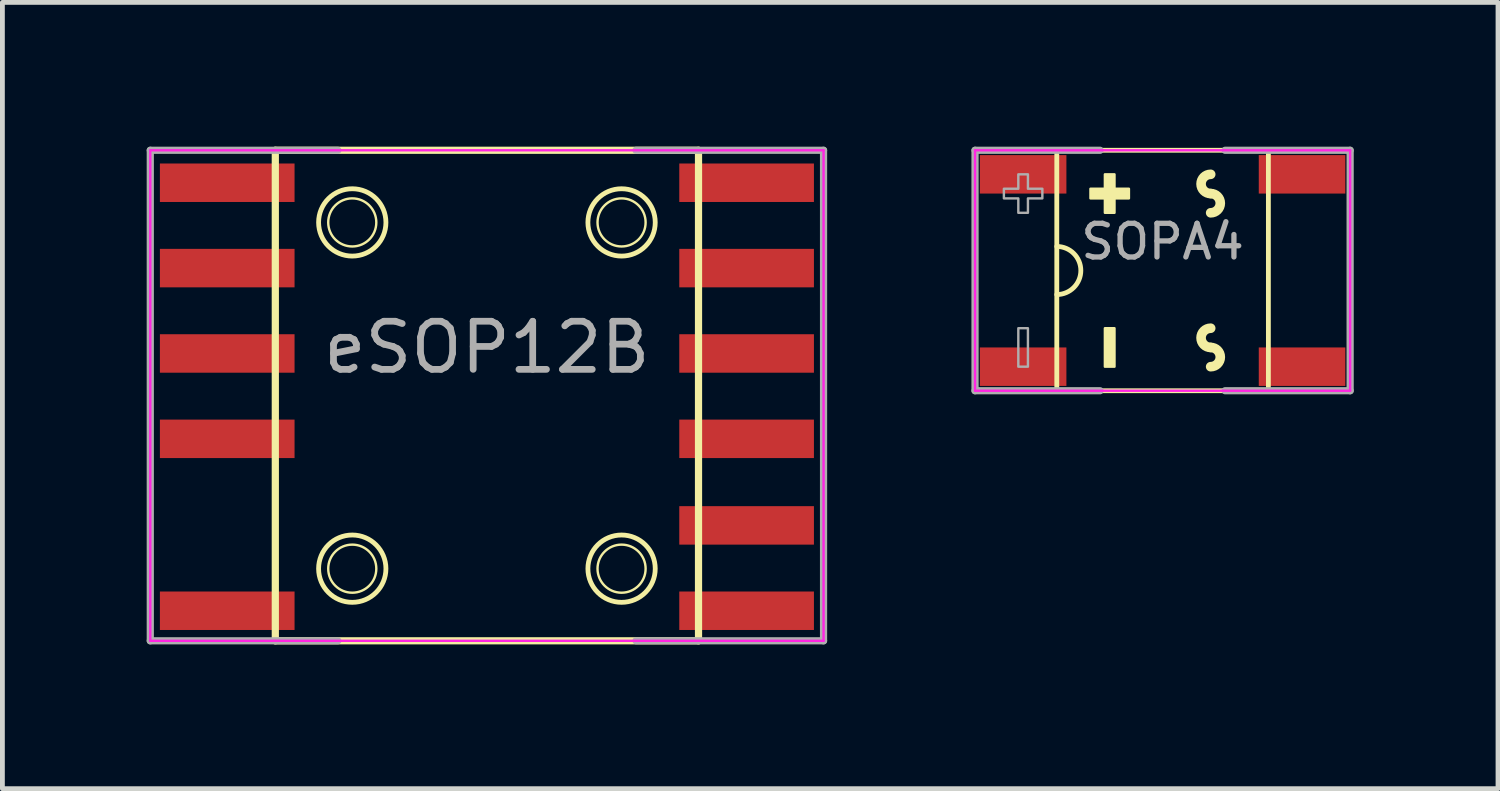
<source format=kicad_pcb>
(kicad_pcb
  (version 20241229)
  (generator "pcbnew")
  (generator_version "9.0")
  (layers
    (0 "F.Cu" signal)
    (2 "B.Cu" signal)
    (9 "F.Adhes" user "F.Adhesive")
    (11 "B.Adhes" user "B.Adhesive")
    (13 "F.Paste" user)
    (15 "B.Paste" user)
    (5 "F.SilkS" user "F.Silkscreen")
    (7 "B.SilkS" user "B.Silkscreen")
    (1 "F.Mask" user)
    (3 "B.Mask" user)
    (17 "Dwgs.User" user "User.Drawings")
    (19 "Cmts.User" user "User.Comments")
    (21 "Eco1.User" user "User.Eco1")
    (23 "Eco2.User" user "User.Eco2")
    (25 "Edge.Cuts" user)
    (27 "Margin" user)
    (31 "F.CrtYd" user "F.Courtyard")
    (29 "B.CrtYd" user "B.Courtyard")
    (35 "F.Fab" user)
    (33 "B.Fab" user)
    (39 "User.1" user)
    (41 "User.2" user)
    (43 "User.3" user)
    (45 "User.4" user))
  (footprint "eSOP12B"
    (layer "F.Cu")
    (at 7.075 5.175)
    (property "Reference" "eSOP12B" (at 0 -1 180) (layer "F.Fab") (effects (font (size 1 1) (thickness 0.14))))
    (attr smd)
    (fp_line (start -4.4 5.1) (end -4.4 -5.1) (stroke (width 0.15) (type solid)) (layer "F.SilkS"))
    (fp_line (start 4.4 -5.1) (end -4.4 -5.1) (stroke (width 0.15) (type solid)) (layer "F.SilkS"))
    (fp_line (start 4.4 5.1) (end -4.4 5.1) (stroke (width 0.15) (type solid)) (layer "F.SilkS"))
    (fp_line (start 4.4 5.1) (end 4.4 -5.1) (stroke (width 0.15) (type solid)) (layer "F.SilkS"))
    (fp_circle (center -2.8 -3.6) (end -2.3 -3.6) (stroke (width 0.05) (type default)) (fill no) (layer "F.SilkS"))
    (fp_circle (center -2.8 -3.6) (end -2.1 -3.6) (stroke (width 0.1) (type default)) (fill no) (layer "F.SilkS"))
    (fp_circle (center -2.8 3.6) (end -2.3 3.6) (stroke (width 0.05) (type default)) (fill no) (layer "F.SilkS"))
    (fp_circle (center -2.8 3.6) (end -2.1 3.6) (stroke (width 0.1) (type default)) (fill no) (layer "F.SilkS"))
    (fp_circle (center 2.8 -3.6) (end 3.3 -3.6) (stroke (width 0.05) (type default)) (fill no) (layer "F.SilkS"))
    (fp_circle (center 2.8 -3.6) (end 3.5 -3.6) (stroke (width 0.1) (type default)) (fill no) (layer "F.SilkS"))
    (fp_circle (center 2.8 3.6) (end 3.3 3.6) (stroke (width 0.05) (type default)) (fill no) (layer "F.SilkS"))
    (fp_circle (center 2.8 3.6) (end 3.5 3.6) (stroke (width 0.1) (type default)) (fill no) (layer "F.SilkS"))
    (fp_line (start -7 -5.1) (end -7 5.1) (stroke (width 0.05) (type solid)) (layer "F.CrtYd"))
    (fp_line (start 7 -5.1) (end -7 -5.1) (stroke (width 0.05) (type solid)) (layer "F.CrtYd"))
    (fp_line (start 7 -5.1) (end 7 5.1) (stroke (width 0.05) (type solid)) (layer "F.CrtYd"))
    (fp_line (start 7 5.1) (end -7 5.1) (stroke (width 0.05) (type solid)) (layer "F.CrtYd"))
    (fp_line (start -7 -5.1) (end -3.1 -5.1) (stroke (width 0.15) (type solid)) (layer "F.Fab"))
    (fp_line (start -7 5.1) (end -7 -5.1) (stroke (width 0.15) (type solid)) (layer "F.Fab"))
    (fp_line (start -7 5.1) (end -3.1 5.1) (stroke (width 0.15) (type solid)) (layer "F.Fab"))
    (fp_line (start 3.1 -5.1) (end 7 -5.1) (stroke (width 0.15) (type solid)) (layer "F.Fab"))
    (fp_line (start 3.1 5.1) (end 7 5.1) (stroke (width 0.15) (type solid)) (layer "F.Fab"))
    (fp_line (start 7 5.1) (end 7 -5.1) (stroke (width 0.15) (type solid)) (layer "F.Fab"))
    (pad "1" smd rect (at -5.4 -4.425) (size 2.8 0.8) (layers "F.Cu" "F.Mask" "F.Paste"))
    (pad "2" smd rect (at -5.4 -2.65) (size 2.8 0.8) (layers "F.Cu" "F.Mask" "F.Paste"))
    (pad "3" smd rect (at -5.4 -0.875) (size 2.8 0.8) (layers "F.Cu" "F.Mask" "F.Paste"))
    (pad "4" smd rect (at -5.4 0.9) (size 2.8 0.8) (layers "F.Cu" "F.Mask" "F.Paste"))
    (pad "6" smd rect (at -5.4 4.475) (size 2.8 0.8) (layers "F.Cu" "F.Mask" "F.Paste"))
    (pad "7" smd rect (at 5.4 4.475) (size 2.8 0.8) (layers "F.Cu" "F.Mask" "F.Paste"))
    (pad "8" smd rect (at 5.4 2.7) (size 2.8 0.8) (layers "F.Cu" "F.Mask" "F.Paste"))
    (pad "9" smd rect (at 5.4 0.9) (size 2.8 0.8) (layers "F.Cu" "F.Mask" "F.Paste"))
    (pad "10" smd rect (at 5.4 -0.875) (size 2.8 0.8) (layers "F.Cu" "F.Mask" "F.Paste"))
    (pad "11" smd rect (at 5.4 -2.65) (size 2.8 0.8) (layers "F.Cu" "F.Mask" "F.Paste"))
    (pad "12" smd rect (at 5.4 -4.425) (size 2.8 0.8) (layers "F.Cu" "F.Mask" "F.Paste")))
  (footprint "SOPA4"
    (layer "F.Cu")
    (at 21.125 2.575)
    (property "Reference" "SOPA4" (at 0 -0.6 180) (layer "F.Fab") (effects (font (size 0.7 0.7) (thickness 0.11))))
    (attr smd)
    (fp_line (start -2.2 -2.5) (end 2.2 -2.5) (stroke (width 0.1) (type solid)) (layer "F.SilkS"))
    (fp_line (start -2.2 2.5) (end -2.2 -2.5) (stroke (width 0.1) (type solid)) (layer "F.SilkS"))
    (fp_line (start -2.2 2.5) (end 2.2 2.5) (stroke (width 0.1) (type solid)) (layer "F.SilkS"))
    (fp_line (start 2.2 2.5) (end 2.2 -2.5) (stroke (width 0.1) (type solid)) (layer "F.SilkS"))
    (fp_arc (start -2.2 -0.5) (mid -1.7 0) (end -2.2 0.5) (stroke (width 0.1) (type solid)) (layer "F.SilkS"))
    (fp_arc (start 1 -1.6) (mid 0.8 -1.8) (end 1 -2) (stroke (width 0.2) (type default)) (layer "F.SilkS"))
    (fp_arc (start 1 -1.6) (mid 1.2 -1.4) (end 1 -1.2) (stroke (width 0.2) (type default)) (layer "F.SilkS"))
    (fp_arc (start 1 1.6) (mid 0.8 1.4) (end 1 1.2) (stroke (width 0.2) (type default)) (layer "F.SilkS"))
    (fp_arc (start 1 1.6) (mid 1.2 1.8) (end 1 2) (stroke (width 0.2) (type default)) (layer "F.SilkS"))
    (fp_poly (pts (xy -1.2 1.2) (xy -1 1.2) (xy -1 2) (xy -1.2 2)) (stroke (width 0.05) (type solid)) (fill yes) (layer "F.SilkS"))
    (fp_poly (pts (xy -1 -1.7) (xy -0.7 -1.7) (xy -0.7 -1.5) (xy -1 -1.5) (xy -1 -1.2) (xy -1.2 -1.2) (xy -1.2 -1.5) (xy -1.5 -1.5) (xy -1.5 -1.7) (xy -1.2 -1.7) (xy -1.2 -2) (xy -1 -2)) (stroke (width 0.05) (type solid)) (fill yes) (layer "F.SilkS"))
    (fp_line (start -3.9 -2.5) (end -3.9 2.5) (stroke (width 0.05) (type solid)) (layer "F.CrtYd"))
    (fp_line (start -3.9 -2.5) (end 3.9 -2.5) (stroke (width 0.05) (type solid)) (layer "F.CrtYd"))
    (fp_line (start -3.9 2.5) (end 3.9 2.5) (stroke (width 0.05) (type solid)) (layer "F.CrtYd"))
    (fp_line (start 3.9 -2.5) (end 3.9 2.5) (stroke (width 0.05) (type solid)) (layer "F.CrtYd"))
    (fp_line (start -3.9 -2.5) (end -1.3 -2.5) (stroke (width 0.15) (type solid)) (layer "F.Fab"))
    (fp_line (start -3.9 2.5) (end -3.9 -2.5) (stroke (width 0.15) (type solid)) (layer "F.Fab"))
    (fp_line (start -3.9 2.5) (end -1.3 2.5) (stroke (width 0.15) (type solid)) (layer "F.Fab"))
    (fp_line (start 1.3 -2.5) (end 3.9 -2.5) (stroke (width 0.15) (type solid)) (layer "F.Fab"))
    (fp_line (start 1.3 2.5) (end 3.9 2.5) (stroke (width 0.15) (type solid)) (layer "F.Fab"))
    (fp_line (start 3.9 2.5) (end 3.9 -2.5) (stroke (width 0.15) (type solid)) (layer "F.Fab"))
    (fp_poly (pts (xy -3 1.2) (xy -2.8 1.2) (xy -2.8 2) (xy -3 2)) (stroke (width 0.05) (type solid)) (fill no) (layer "F.Fab"))
    (fp_poly (pts (xy -2.8 -1.7) (xy -2.5 -1.7) (xy -2.5 -1.5) (xy -2.8 -1.5) (xy -2.8 -1.2) (xy -3 -1.2) (xy -3 -1.5) (xy -3.3 -1.5) (xy -3.3 -1.7) (xy -3 -1.7) (xy -3 -2) (xy -2.8 -2)) (stroke (width 0.05) (type solid)) (fill no) (layer "F.Fab"))
    (pad "1" smd rect (at -2.9 -2) (size 1.8 0.8) (layers "F.Cu" "F.Mask" "F.Paste"))
    (pad "2" smd rect (at -2.9 2) (size 1.8 0.8) (layers "F.Cu" "F.Mask" "F.Paste"))
    (pad "3" smd rect (at 2.9 2) (size 1.8 0.8) (layers "F.Cu" "F.Mask" "F.Paste"))
    (pad "4" smd rect (at 2.9 -2) (size 1.8 0.8) (layers "F.Cu" "F.Mask" "F.Paste")))
  (gr_rect
    (start -3 -3)
    (end 28.1 13.35)
    (stroke (width 0.1) (type default))
    (fill no)
    (layer "Edge.Cuts")))
</source>
